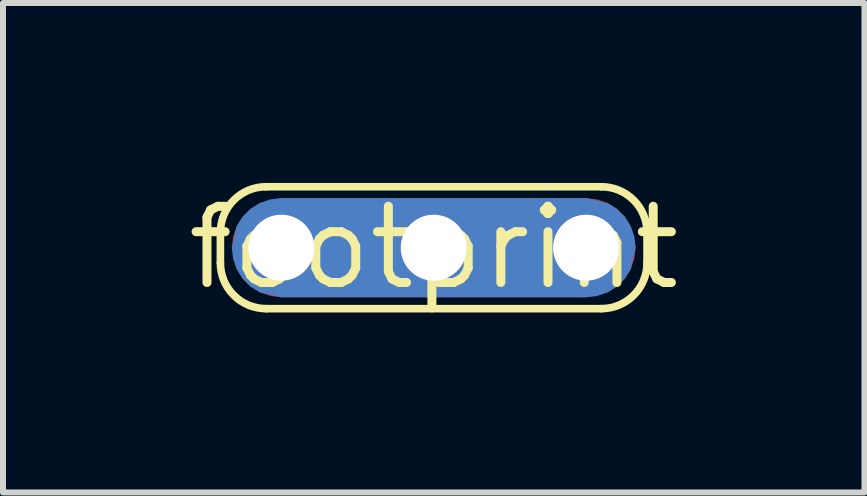
<source format=kicad_pcb>
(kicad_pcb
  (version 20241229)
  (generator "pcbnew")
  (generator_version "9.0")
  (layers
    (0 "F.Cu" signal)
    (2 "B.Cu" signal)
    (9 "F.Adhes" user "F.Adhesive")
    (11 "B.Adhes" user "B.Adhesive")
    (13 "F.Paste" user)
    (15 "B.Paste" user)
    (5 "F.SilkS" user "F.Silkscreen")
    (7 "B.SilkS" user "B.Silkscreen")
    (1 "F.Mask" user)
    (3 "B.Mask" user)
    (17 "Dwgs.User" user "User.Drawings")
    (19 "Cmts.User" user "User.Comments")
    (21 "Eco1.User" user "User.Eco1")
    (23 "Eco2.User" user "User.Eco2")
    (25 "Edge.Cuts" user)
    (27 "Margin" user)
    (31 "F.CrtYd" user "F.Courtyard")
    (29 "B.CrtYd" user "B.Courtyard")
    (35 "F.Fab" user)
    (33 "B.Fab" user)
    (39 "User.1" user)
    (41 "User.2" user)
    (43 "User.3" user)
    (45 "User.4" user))
  (footprint "footprint"
    (layer "F.Cu")
    (at 4.18 1.079)
    (property "Reference" "footprint" (at 0 0 0) (layer "F.SilkS") (effects (font (size 1.27 1.27) (thickness 0.15))))
    (fp_poly (pts (xy 2.724 -0.805) (xy 2.898 -0.744) (xy 3.055 -0.646) (xy 3.186 -0.515) (xy 3.286 -0.355) (xy 3.366 -0.004) (xy 3.345 0.184) (xy 3.284 0.358) (xy 3.186 0.515) (xy 3.055 0.646) (xy 2.895 0.746) (xy 2.547 0.826) (xy -2.544 0.826) (xy -2.724 0.805) (xy -2.898 0.744) (xy -3.055 0.646) (xy -3.186 0.515) (xy -3.286 0.355) (xy -3.366 0.004) (xy -3.345 -0.184) (xy -3.284 -0.358) (xy -3.186 -0.515) (xy -3.055 -0.646) (xy -2.895 -0.746) (xy -2.547 -0.826) (xy 2.544 -0.826)) (stroke (width 0) (type solid)) (fill yes) (layer "F.Cu"))
    (fp_poly (pts (xy 3.022 -0.873) (xy 3.182 -0.773) (xy 3.313 -0.642) (xy 3.411 -0.485) (xy 3.472 -0.311) (xy 3.486 -0.191) (xy 3.493 -0.191) (xy 3.493 0.134) (xy 3.413 0.482) (xy 3.313 0.642) (xy 3.182 0.773) (xy 3.025 0.871) (xy 2.851 0.932) (xy 2.731 0.946) (xy 2.731 0.953) (xy -2.674 0.953) (xy -3.022 0.873) (xy -3.182 0.773) (xy -3.313 0.642) (xy -3.411 0.485) (xy -3.472 0.311) (xy -3.492 0.134) (xy -3.429 0.127) (xy -3.365 0.127) (xy -3.365 0.064) (xy -3.493 0.064) (xy -3.493 -0.134) (xy -3.413 -0.482) (xy -3.313 -0.642) (xy -3.182 -0.773) (xy -3.025 -0.871) (xy -2.851 -0.932) (xy -2.674 -0.952) (xy -2.667 -0.889) (xy -2.667 -0.826) (xy -2.603 -0.826) (xy -2.603 -0.953) (xy 2.674 -0.953)) (stroke (width 0) (type solid)) (fill yes) (layer "F.Mask"))
    (fp_poly (pts (xy 2.895 -0.746) (xy 3.055 -0.646) (xy 3.186 -0.515) (xy 3.284 -0.358) (xy 3.345 -0.184) (xy 3.366 0.004) (xy 3.286 0.355) (xy 3.186 0.515) (xy 3.055 0.646) (xy 2.898 0.744) (xy 2.724 0.805) (xy 2.544 0.826) (xy -2.547 0.826) (xy -2.895 0.746) (xy -3.055 0.646) (xy -3.186 0.515) (xy -3.284 0.358) (xy -3.345 0.184) (xy -3.366 -0.004) (xy -3.286 -0.355) (xy -3.186 -0.515) (xy -3.055 -0.646) (xy -2.898 -0.744) (xy -2.724 -0.805) (xy -2.544 -0.826) (xy 2.547 -0.826)) (stroke (width 0) (type solid)) (fill yes) (layer "B.Cu"))
    (fp_poly (pts (xy 2.731 -0.946) (xy 2.851 -0.932) (xy 3.025 -0.871) (xy 3.182 -0.773) (xy 3.313 -0.642) (xy 3.413 -0.482) (xy 3.493 -0.134) (xy 3.493 0.064) (xy 3.365 0.064) (xy 3.365 0.127) (xy 3.429 0.127) (xy 3.492 0.134) (xy 3.472 0.311) (xy 3.411 0.485) (xy 3.313 0.642) (xy 3.182 0.773) (xy 3.022 0.873) (xy 2.674 0.953) (xy -2.603 0.953) (xy -2.603 0.826) (xy -2.667 0.826) (xy -2.667 0.889) (xy -2.674 0.952) (xy -2.851 0.932) (xy -3.025 0.871) (xy -3.182 0.773) (xy -3.313 0.642) (xy -3.413 0.482) (xy -3.493 0.134) (xy -3.493 -0.191) (xy -3.486 -0.191) (xy -3.472 -0.311) (xy -3.411 -0.485) (xy -3.313 -0.642) (xy -3.182 -0.773) (xy -3.022 -0.873) (xy -2.674 -0.953) (xy 2.731 -0.953)) (stroke (width 0) (type solid)) (fill yes) (layer "B.Mask"))
    (fp_line (start -3.556 0.254) (end -3.556 -0.254) (stroke (width 0.127) (type solid)) (layer "F.SilkS"))
    (fp_line (start -2.794 -1.016) (end 2.794 -1.016) (stroke (width 0.127) (type solid)) (layer "F.SilkS"))
    (fp_line (start 2.794 1.016) (end -2.794 1.016) (stroke (width 0.127) (type solid)) (layer "F.SilkS"))
    (fp_line (start 3.556 -0.254) (end 3.556 0.254) (stroke (width 0.127) (type solid)) (layer "F.SilkS"))
    (fp_arc (start -3.556 -0.254) (mid -3.332815 -0.792815) (end -2.793999 -1.015999) (stroke (width 0.127) (type solid)) (layer "F.SilkS"))
    (fp_arc (start -2.794 1.016) (mid -3.332816 0.792815) (end -3.556001 0.253999) (stroke (width 0.127) (type solid)) (layer "F.SilkS"))
    (fp_arc (start 2.794 -1.016) (mid 3.332816 -0.792815) (end 3.556001 -0.253999) (stroke (width 0.127) (type solid)) (layer "F.SilkS"))
    (fp_arc (start 3.556 0.254) (mid 3.332815 0.792815) (end 2.793999 1.015999) (stroke (width 0.127) (type solid)) (layer "F.SilkS"))
    (pad "" np_thru_hole circle (at -2.54 0) (size 1.1 1.1) (drill 1.1) (layers "*.Cu" "*.Mask"))
    (pad "" np_thru_hole circle (at 0 0) (size 1.1 1.1) (drill 1.1) (layers "*.Cu" "*.Mask"))
    (pad "" np_thru_hole circle (at 2.54 0) (size 1.1 1.1) (drill 1.1) (layers "*.Cu" "*.Mask")))
  (gr_rect
    (start -3 -3)
    (end 11.36 5.159)
    (stroke (width 0.1) (type default))
    (fill no)
    (layer "Edge.Cuts")))
</source>
